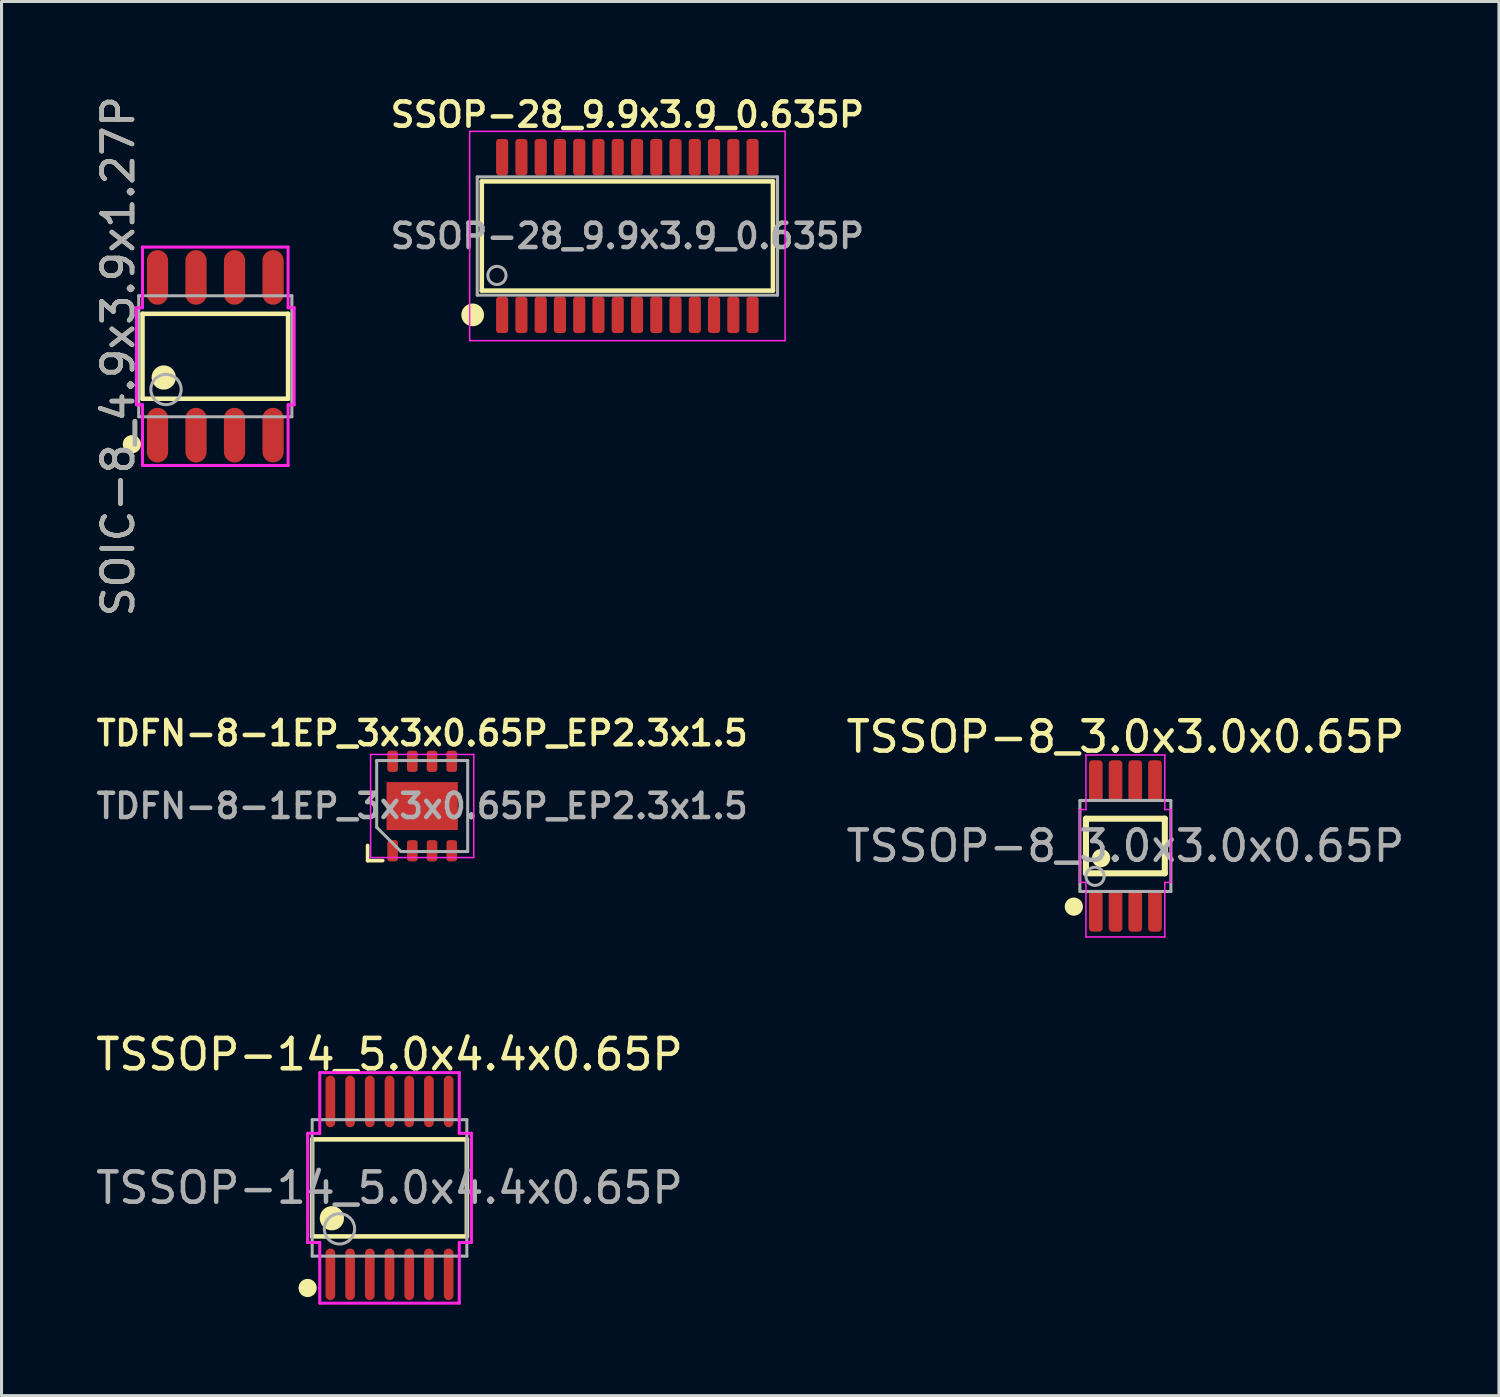
<source format=kicad_pcb>
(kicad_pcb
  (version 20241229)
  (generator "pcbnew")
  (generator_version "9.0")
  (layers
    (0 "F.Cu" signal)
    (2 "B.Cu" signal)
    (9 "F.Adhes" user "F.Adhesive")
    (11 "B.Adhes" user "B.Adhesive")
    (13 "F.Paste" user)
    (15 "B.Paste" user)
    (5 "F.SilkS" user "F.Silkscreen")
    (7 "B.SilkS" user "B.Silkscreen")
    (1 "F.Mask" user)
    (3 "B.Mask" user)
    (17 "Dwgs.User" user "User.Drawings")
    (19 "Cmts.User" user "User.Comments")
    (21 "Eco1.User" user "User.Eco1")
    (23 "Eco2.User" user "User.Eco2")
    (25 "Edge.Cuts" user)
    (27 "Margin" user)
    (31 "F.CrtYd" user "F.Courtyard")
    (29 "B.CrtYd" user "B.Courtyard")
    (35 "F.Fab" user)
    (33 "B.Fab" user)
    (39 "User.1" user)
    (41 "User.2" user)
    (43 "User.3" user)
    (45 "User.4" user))
  (footprint "TSSOP-8_3.0x3.0x0.65P"
    (layer "F.Cu")
    (at 34.053 24.841)
    (property "Reference" "TSSOP-8_3.0x3.0x0.65P" (at 0 -3.6 0) (layer "F.SilkS") (effects (font (size 1 1) (thickness 0.15))))
    (attr smd)
    (fp_line (start -1.3 -0.9) (end 1.3 -0.9) (stroke (width 0.2) (type solid)) (layer "F.SilkS"))
    (fp_line (start -1.3 0.9) (end -1.3 -0.9) (stroke (width 0.2) (type solid)) (layer "F.SilkS"))
    (fp_line (start -1.3 0.9) (end 1.3 0.9) (stroke (width 0.2) (type solid)) (layer "F.SilkS"))
    (fp_line (start 1.3 0.9) (end 1.3 -0.9) (stroke (width 0.2) (type solid)) (layer "F.SilkS"))
    (fp_circle (center -1.7 2) (end -1.55 2) (stroke (width 0.3) (type solid)) (fill no) (layer "F.SilkS"))
    (fp_circle (center -0.8 0.4) (end -0.65 0.4) (stroke (width 0.3) (type solid)) (fill no) (layer "F.SilkS"))
    (fp_line (start -1.5 -1.2) (end -1.5 1.2) (stroke (width 0.05) (type solid)) (layer "F.CrtYd"))
    (fp_line (start -1.5 1.2) (end -1.3 1.2) (stroke (width 0.05) (type solid)) (layer "F.CrtYd"))
    (fp_line (start -1.3 -3) (end -1.3 -1.2) (stroke (width 0.05) (type solid)) (layer "F.CrtYd"))
    (fp_line (start -1.3 -1.2) (end -1.5 -1.2) (stroke (width 0.05) (type solid)) (layer "F.CrtYd"))
    (fp_line (start -1.3 1.2) (end -1.3 3) (stroke (width 0.05) (type solid)) (layer "F.CrtYd"))
    (fp_line (start -1.3 3) (end 1.3 3) (stroke (width 0.05) (type solid)) (layer "F.CrtYd"))
    (fp_line (start 1.3 -3) (end -1.3 -3) (stroke (width 0.05) (type solid)) (layer "F.CrtYd"))
    (fp_line (start 1.3 -1.2) (end 1.3 -3) (stroke (width 0.05) (type solid)) (layer "F.CrtYd"))
    (fp_line (start 1.3 1.2) (end 1.5 1.2) (stroke (width 0.05) (type solid)) (layer "F.CrtYd"))
    (fp_line (start 1.3 3) (end 1.3 1.2) (stroke (width 0.05) (type solid)) (layer "F.CrtYd"))
    (fp_line (start 1.5 -1.2) (end 1.3 -1.2) (stroke (width 0.05) (type solid)) (layer "F.CrtYd"))
    (fp_line (start 1.5 1.2) (end 1.5 -1.2) (stroke (width 0.05) (type solid)) (layer "F.CrtYd"))
    (fp_line (start -1.5 -1.5) (end 1.5 -1.5) (stroke (width 0.1) (type solid)) (layer "F.Fab"))
    (fp_line (start -1.5 1.5) (end -1.5 -1.5) (stroke (width 0.1) (type solid)) (layer "F.Fab"))
    (fp_line (start -1.5 1.5) (end 1.5 1.5) (stroke (width 0.1) (type solid)) (layer "F.Fab"))
    (fp_line (start 1.5 1.5) (end 1.5 -1.5) (stroke (width 0.1) (type solid)) (layer "F.Fab"))
    (fp_circle (center -1 1) (end -0.7 1) (stroke (width 0.1) (type solid)) (fill no) (layer "F.Fab"))
    (fp_text user "${REFERENCE}" (at 0 0 0) (layer "F.Fab") (effects (font (size 1 1) (thickness 0.15))))
    (pad "1" smd roundrect (at -0.975 2.15) (size 0.45 1.35) (layers "F.Cu" "F.Mask" "F.Paste") (roundrect_rratio 0.25))
    (pad "2" smd roundrect (at -0.325 2.15) (size 0.45 1.35) (layers "F.Cu" "F.Mask" "F.Paste") (roundrect_rratio 0.25))
    (pad "3" smd roundrect (at 0.325 2.15) (size 0.45 1.35) (layers "F.Cu" "F.Mask" "F.Paste") (roundrect_rratio 0.25))
    (pad "4" smd roundrect (at 0.975 2.15) (size 0.45 1.35) (layers "F.Cu" "F.Mask" "F.Paste") (roundrect_rratio 0.25))
    (pad "5" smd roundrect (at 0.975 -2.15) (size 0.45 1.35) (layers "F.Cu" "F.Mask" "F.Paste") (roundrect_rratio 0.25))
    (pad "6" smd roundrect (at 0.325 -2.15) (size 0.45 1.35) (layers "F.Cu" "F.Mask" "F.Paste") (roundrect_rratio 0.25))
    (pad "7" smd roundrect (at -0.325 -2.15) (size 0.45 1.35) (layers "F.Cu" "F.Mask" "F.Paste") (roundrect_rratio 0.25))
    (pad "8" smd roundrect (at -0.975 -2.15) (size 0.45 1.35) (layers "F.Cu" "F.Mask" "F.Paste") (roundrect_rratio 0.25)))
  (footprint "SOIC-8_4.9x3.9x1.27P"
    (layer "F.Cu")
    (at 4.048 8.696)
    (property "Reference" "SOIC-8_4.9x3.9x1.27P" (at -3.2 0 90) (layer "F.SilkS") (effects (font (size 1 1) (thickness 0.15))))
    (attr smd)
    (fp_line (start -2.4 -1.4) (end 2.4 -1.4) (stroke (width 0.15) (type solid)) (layer "F.SilkS"))
    (fp_line (start -2.4 1.4) (end -2.4 -1.4) (stroke (width 0.15) (type solid)) (layer "F.SilkS"))
    (fp_line (start -2.4 1.4) (end 2.4 1.4) (stroke (width 0.15) (type solid)) (layer "F.SilkS"))
    (fp_line (start 2.4 1.4) (end 2.4 -1.4) (stroke (width 0.15) (type solid)) (layer "F.SilkS"))
    (fp_circle (center -2.75 2.9) (end -2.6 2.9) (stroke (width 0.3) (type solid)) (fill no) (layer "F.SilkS"))
    (fp_circle (center -1.7 0.7) (end -1.5 0.7) (stroke (width 0.4) (type solid)) (fill no) (layer "F.SilkS"))
    (fp_line (start -2.6 -1.6) (end -2.6 1.6) (stroke (width 0.1) (type solid)) (layer "F.CrtYd"))
    (fp_line (start -2.6 1.6) (end -2.4 1.6) (stroke (width 0.1) (type solid)) (layer "F.CrtYd"))
    (fp_line (start -2.4 -3.6) (end -2.4 -1.6) (stroke (width 0.1) (type solid)) (layer "F.CrtYd"))
    (fp_line (start -2.4 -1.6) (end -2.6 -1.6) (stroke (width 0.1) (type solid)) (layer "F.CrtYd"))
    (fp_line (start -2.4 1.6) (end -2.4 3.6) (stroke (width 0.1) (type solid)) (layer "F.CrtYd"))
    (fp_line (start -2.4 3.6) (end 2.4 3.6) (stroke (width 0.1) (type solid)) (layer "F.CrtYd"))
    (fp_line (start 2.4 -3.6) (end -2.4 -3.6) (stroke (width 0.1) (type solid)) (layer "F.CrtYd"))
    (fp_line (start 2.4 -1.6) (end 2.4 -3.6) (stroke (width 0.1) (type solid)) (layer "F.CrtYd"))
    (fp_line (start 2.4 1.6) (end 2.6 1.6) (stroke (width 0.1) (type solid)) (layer "F.CrtYd"))
    (fp_line (start 2.4 3.6) (end 2.4 1.6) (stroke (width 0.1) (type solid)) (layer "F.CrtYd"))
    (fp_line (start 2.6 -1.6) (end 2.4 -1.6) (stroke (width 0.1) (type solid)) (layer "F.CrtYd"))
    (fp_line (start 2.6 1.6) (end 2.6 -1.6) (stroke (width 0.1) (type solid)) (layer "F.CrtYd"))
    (fp_line (start -2.525 -1.995) (end 2.525 -1.995) (stroke (width 0.1) (type solid)) (layer "F.Fab"))
    (fp_line (start -2.525 1.995) (end -2.525 -1.995) (stroke (width 0.1) (type solid)) (layer "F.Fab"))
    (fp_line (start -2.525 1.995) (end 2.525 1.995) (stroke (width 0.1) (type solid)) (layer "F.Fab"))
    (fp_line (start 2.525 1.995) (end 2.525 -1.995) (stroke (width 0.1) (type solid)) (layer "F.Fab"))
    (fp_circle (center -1.625 1.095) (end -1.125 1.095) (stroke (width 0.1) (type solid)) (fill no) (layer "F.Fab"))
    (fp_text user "${REFERENCE}" (at -3.2 0 90) (layer "F.Fab") (effects (font (size 1 1) (thickness 0.15))))
    (pad "1" smd oval (at -1.905 2.6 180) (size 0.7 1.8) (layers "F.Cu" "F.Mask" "F.Paste"))
    (pad "2" smd oval (at -0.635 2.6 180) (size 0.7 1.8) (layers "F.Cu" "F.Mask" "F.Paste"))
    (pad "3" smd oval (at 0.635 2.6 180) (size 0.7 1.8) (layers "F.Cu" "F.Mask" "F.Paste"))
    (pad "4" smd oval (at 1.905 2.6 180) (size 0.7 1.8) (layers "F.Cu" "F.Mask" "F.Paste"))
    (pad "5" smd oval (at 1.905 -2.6 180) (size 0.7 1.8) (layers "F.Cu" "F.Mask" "F.Paste"))
    (pad "6" smd oval (at 0.635 -2.6 180) (size 0.7 1.8) (layers "F.Cu" "F.Mask" "F.Paste"))
    (pad "7" smd oval (at -0.635 -2.6 180) (size 0.7 1.8) (layers "F.Cu" "F.Mask" "F.Paste"))
    (pad "8" smd oval (at -1.905 -2.6 180) (size 0.7 1.8) (layers "F.Cu" "F.Mask" "F.Paste")))
  (footprint "TSSOP-14_5.0x4.4x0.65P"
    (layer "F.Cu")
    (at 9.792 36.114)
    (property "Reference" "TSSOP-14_5.0x4.4x0.65P" (at 0 -4.4 0) (layer "F.SilkS") (effects (font (size 1 1) (thickness 0.15))))
    (attr smd)
    (fp_line (start -2.55 -1.6) (end 2.55 -1.6) (stroke (width 0.15) (type solid)) (layer "F.SilkS"))
    (fp_line (start -2.55 1.6) (end -2.55 -1.6) (stroke (width 0.15) (type solid)) (layer "F.SilkS"))
    (fp_line (start -2.55 1.6) (end 2.55 1.6) (stroke (width 0.15) (type solid)) (layer "F.SilkS"))
    (fp_line (start 2.55 1.6) (end 2.55 -1.6) (stroke (width 0.15) (type solid)) (layer "F.SilkS"))
    (fp_circle (center -2.7 3.3) (end -2.55 3.3) (stroke (width 0.3) (type solid)) (fill no) (layer "F.SilkS"))
    (fp_circle (center -1.9 1) (end -1.7 1) (stroke (width 0.4) (type solid)) (fill no) (layer "F.SilkS"))
    (fp_line (start -2.7 1.8) (end -2.7 -1.8) (stroke (width 0.1) (type solid)) (layer "F.CrtYd"))
    (fp_line (start -2.3 -3.8) (end -2.3 -1.8) (stroke (width 0.1) (type solid)) (layer "F.CrtYd"))
    (fp_line (start -2.3 -3.8) (end 2.3 -3.8) (stroke (width 0.1) (type solid)) (layer "F.CrtYd"))
    (fp_line (start -2.3 -1.8) (end -2.7 -1.8) (stroke (width 0.1) (type solid)) (layer "F.CrtYd"))
    (fp_line (start -2.3 1.8) (end -2.7 1.8) (stroke (width 0.1) (type solid)) (layer "F.CrtYd"))
    (fp_line (start -2.3 3.8) (end -2.3 1.8) (stroke (width 0.1) (type solid)) (layer "F.CrtYd"))
    (fp_line (start 2.3 -3.8) (end 2.3 -1.8) (stroke (width 0.1) (type solid)) (layer "F.CrtYd"))
    (fp_line (start 2.3 -1.8) (end 2.7 -1.8) (stroke (width 0.1) (type solid)) (layer "F.CrtYd"))
    (fp_line (start 2.3 1.8) (end 2.3 3.8) (stroke (width 0.1) (type solid)) (layer "F.CrtYd"))
    (fp_line (start 2.3 3.8) (end -2.3 3.8) (stroke (width 0.1) (type solid)) (layer "F.CrtYd"))
    (fp_line (start 2.7 -1.8) (end 2.7 1.8) (stroke (width 0.1) (type solid)) (layer "F.CrtYd"))
    (fp_line (start 2.7 1.8) (end 2.3 1.8) (stroke (width 0.1) (type solid)) (layer "F.CrtYd"))
    (fp_line (start -2.55 -2.25) (end 2.55 -2.25) (stroke (width 0.1) (type solid)) (layer "F.Fab"))
    (fp_line (start -2.55 2.25) (end -2.55 -2.25) (stroke (width 0.1) (type solid)) (layer "F.Fab"))
    (fp_line (start -2.55 2.25) (end 2.55 2.25) (stroke (width 0.1) (type solid)) (layer "F.Fab"))
    (fp_line (start 2.55 -2.25) (end 2.55 2.25) (stroke (width 0.1) (type solid)) (layer "F.Fab"))
    (fp_circle (center -1.65 1.35) (end -1.15 1.35) (stroke (width 0.1) (type solid)) (fill no) (layer "F.Fab"))
    (fp_text user "${REFERENCE}" (at 0 0 0) (layer "F.Fab") (effects (font (size 1 1) (thickness 0.15))))
    (pad "1" smd oval (at -1.95 2.85 180) (size 0.32 1.7) (layers "F.Cu" "F.Mask" "F.Paste"))
    (pad "2" smd oval (at -1.3 2.85 180) (size 0.32 1.7) (layers "F.Cu" "F.Mask" "F.Paste"))
    (pad "3" smd oval (at -0.65 2.85 180) (size 0.32 1.7) (layers "F.Cu" "F.Mask" "F.Paste"))
    (pad "4" smd oval (at 0 2.85 180) (size 0.32 1.7) (layers "F.Cu" "F.Mask" "F.Paste"))
    (pad "5" smd oval (at 0.65 2.85 180) (size 0.32 1.7) (layers "F.Cu" "F.Mask" "F.Paste"))
    (pad "6" smd oval (at 1.3 2.85 180) (size 0.32 1.7) (layers "F.Cu" "F.Mask" "F.Paste"))
    (pad "7" smd oval (at 1.95 2.85 180) (size 0.32 1.7) (layers "F.Cu" "F.Mask" "F.Paste"))
    (pad "8" smd oval (at 1.95 -2.85 180) (size 0.32 1.7) (layers "F.Cu" "F.Mask" "F.Paste"))
    (pad "9" smd oval (at 1.3 -2.85 180) (size 0.32 1.7) (layers "F.Cu" "F.Mask" "F.Paste"))
    (pad "10" smd oval (at 0.65 -2.85 180) (size 0.32 1.7) (layers "F.Cu" "F.Mask" "F.Paste"))
    (pad "11" smd oval (at 0 -2.85 180) (size 0.32 1.7) (layers "F.Cu" "F.Mask" "F.Paste"))
    (pad "12" smd oval (at -0.65 -2.85 180) (size 0.32 1.7) (layers "F.Cu" "F.Mask" "F.Paste"))
    (pad "13" smd oval (at -1.3 -2.85 180) (size 0.32 1.7) (layers "F.Cu" "F.Mask" "F.Paste"))
    (pad "14" smd oval (at -1.95 -2.85 180) (size 0.32 1.7) (layers "F.Cu" "F.Mask" "F.Paste")))
  (footprint "SSOP-28_9.9x3.9_0.635P"
    (layer "F.Cu")
    (at 17.634 4.731)
    (property "Reference" "SSOP-28_9.9x3.9_0.635P" (at 0 -4 180) (layer "F.SilkS") (effects (font (size 0.8 0.8) (thickness 0.15))))
    (attr smd)
    (fp_line (start -4.8 -1.8) (end -4.8 1.8) (stroke (width 0.15) (type solid)) (layer "F.SilkS"))
    (fp_line (start -4.8 -1.8) (end 4.8 -1.8) (stroke (width 0.15) (type solid)) (layer "F.SilkS"))
    (fp_line (start -4.8 1.8) (end 4.8 1.8) (stroke (width 0.15) (type solid)) (layer "F.SilkS"))
    (fp_line (start 4.8 -1.8) (end 4.8 1.8) (stroke (width 0.15) (type solid)) (layer "F.SilkS"))
    (fp_circle (center -5.1 2.6) (end -4.8 2.6) (stroke (width 0.15) (type solid)) (fill yes) (layer "F.SilkS"))
    (fp_line (start -5.2 -3.45) (end 5.2 -3.45) (stroke (width 0.05) (type solid)) (layer "F.CrtYd"))
    (fp_line (start -5.2 3.45) (end -5.2 -3.45) (stroke (width 0.05) (type solid)) (layer "F.CrtYd"))
    (fp_line (start -5.2 3.45) (end 5.2 3.45) (stroke (width 0.05) (type solid)) (layer "F.CrtYd"))
    (fp_line (start 5.2 3.45) (end 5.2 -3.45) (stroke (width 0.05) (type solid)) (layer "F.CrtYd"))
    (fp_line (start -4.95 -1.95) (end 4.95 -1.95) (stroke (width 0.1) (type solid)) (layer "F.Fab"))
    (fp_line (start -4.95 1.95) (end -4.95 -1.95) (stroke (width 0.1) (type solid)) (layer "F.Fab"))
    (fp_line (start 4.95 -1.95) (end 4.95 1.95) (stroke (width 0.1) (type solid)) (layer "F.Fab"))
    (fp_line (start 4.95 1.95) (end -4.95 1.95) (stroke (width 0.1) (type solid)) (layer "F.Fab"))
    (fp_circle (center -4.3 1.3) (end -4.3 1) (stroke (width 0.1) (type solid)) (fill no) (layer "F.Fab"))
    (fp_text user "${REFERENCE}" (at 0 0 180) (layer "F.Fab") (effects (font (size 0.8 0.8) (thickness 0.15))))
    (pad "1" smd roundrect (at -4.128 2.6 90) (size 1.2 0.4) (layers "F.Cu" "F.Mask" "F.Paste") (roundrect_rratio 0.25))
    (pad "2" smd roundrect (at -3.493 2.6 90) (size 1.2 0.4) (layers "F.Cu" "F.Mask" "F.Paste") (roundrect_rratio 0.25))
    (pad "3" smd roundrect (at -2.857 2.6 90) (size 1.2 0.4) (layers "F.Cu" "F.Mask" "F.Paste") (roundrect_rratio 0.25))
    (pad "4" smd roundrect (at -2.223 2.6 90) (size 1.2 0.4) (layers "F.Cu" "F.Mask" "F.Paste") (roundrect_rratio 0.25))
    (pad "5" smd roundrect (at -1.587 2.6 90) (size 1.2 0.4) (layers "F.Cu" "F.Mask" "F.Paste") (roundrect_rratio 0.25))
    (pad "6" smd roundrect (at -0.953 2.6 90) (size 1.2 0.4) (layers "F.Cu" "F.Mask" "F.Paste") (roundrect_rratio 0.25))
    (pad "7" smd roundrect (at -0.318 2.6 90) (size 1.2 0.4) (layers "F.Cu" "F.Mask" "F.Paste") (roundrect_rratio 0.25))
    (pad "8" smd roundrect (at 0.318 2.6 90) (size 1.2 0.4) (layers "F.Cu" "F.Mask" "F.Paste") (roundrect_rratio 0.25))
    (pad "9" smd roundrect (at 0.953 2.6 90) (size 1.2 0.4) (layers "F.Cu" "F.Mask" "F.Paste") (roundrect_rratio 0.25))
    (pad "10" smd roundrect (at 1.587 2.6 90) (size 1.2 0.4) (layers "F.Cu" "F.Mask" "F.Paste") (roundrect_rratio 0.25))
    (pad "11" smd roundrect (at 2.223 2.6 90) (size 1.2 0.4) (layers "F.Cu" "F.Mask" "F.Paste") (roundrect_rratio 0.25))
    (pad "12" smd roundrect (at 2.857 2.6 90) (size 1.2 0.4) (layers "F.Cu" "F.Mask" "F.Paste") (roundrect_rratio 0.25))
    (pad "13" smd roundrect (at 3.493 2.6 90) (size 1.2 0.4) (layers "F.Cu" "F.Mask" "F.Paste") (roundrect_rratio 0.25))
    (pad "14" smd roundrect (at 4.128 2.6 90) (size 1.2 0.4) (layers "F.Cu" "F.Mask" "F.Paste") (roundrect_rratio 0.25))
    (pad "15" smd roundrect (at 4.128 -2.6 90) (size 1.2 0.4) (layers "F.Cu" "F.Mask" "F.Paste") (roundrect_rratio 0.25))
    (pad "16" smd roundrect (at 3.493 -2.6 90) (size 1.2 0.4) (layers "F.Cu" "F.Mask" "F.Paste") (roundrect_rratio 0.25))
    (pad "17" smd roundrect (at 2.857 -2.6 90) (size 1.2 0.4) (layers "F.Cu" "F.Mask" "F.Paste") (roundrect_rratio 0.25))
    (pad "18" smd roundrect (at 2.223 -2.6 90) (size 1.2 0.4) (layers "F.Cu" "F.Mask" "F.Paste") (roundrect_rratio 0.25))
    (pad "19" smd roundrect (at 1.587 -2.6 90) (size 1.2 0.4) (layers "F.Cu" "F.Mask" "F.Paste") (roundrect_rratio 0.25))
    (pad "20" smd roundrect (at 0.953 -2.6 90) (size 1.2 0.4) (layers "F.Cu" "F.Mask" "F.Paste") (roundrect_rratio 0.25))
    (pad "21" smd roundrect (at 0.318 -2.6 90) (size 1.2 0.4) (layers "F.Cu" "F.Mask" "F.Paste") (roundrect_rratio 0.25))
    (pad "22" smd roundrect (at -0.318 -2.6 90) (size 1.2 0.4) (layers "F.Cu" "F.Mask" "F.Paste") (roundrect_rratio 0.25))
    (pad "23" smd roundrect (at -0.953 -2.6 90) (size 1.2 0.4) (layers "F.Cu" "F.Mask" "F.Paste") (roundrect_rratio 0.25))
    (pad "24" smd roundrect (at -1.587 -2.6 90) (size 1.2 0.4) (layers "F.Cu" "F.Mask" "F.Paste") (roundrect_rratio 0.25))
    (pad "25" smd roundrect (at -2.223 -2.6 90) (size 1.2 0.4) (layers "F.Cu" "F.Mask" "F.Paste") (roundrect_rratio 0.25))
    (pad "26" smd roundrect (at -2.857 -2.6 90) (size 1.2 0.4) (layers "F.Cu" "F.Mask" "F.Paste") (roundrect_rratio 0.25))
    (pad "27" smd roundrect (at -3.493 -2.6 90) (size 1.2 0.4) (layers "F.Cu" "F.Mask" "F.Paste") (roundrect_rratio 0.25))
    (pad "28" smd roundrect (at -4.128 -2.6 90) (size 1.2 0.4) (layers "F.Cu" "F.Mask" "F.Paste") (roundrect_rratio 0.25)))
  (footprint "TDFN-8-1EP_3x3x0.65P_EP2.3x1.5"
    (layer "F.Cu")
    (at 10.869 23.524)
    (property "Reference" "TDFN-8-1EP_3x3x0.65P_EP2.3x1.5" (at 0 -2.4 0) (layer "F.SilkS") (effects (font (size 0.8 0.8) (thickness 0.15))))
    (attr smd)
    (fp_line (start -1.8 1.8) (end -1.8 1.3) (stroke (width 0.12) (type solid)) (layer "F.SilkS"))
    (fp_line (start -1.3 1.8) (end -1.8 1.8) (stroke (width 0.12) (type solid)) (layer "F.SilkS"))
    (fp_line (start -1.7 -1.7) (end 1.7 -1.7) (stroke (width 0.05) (type solid)) (layer "F.CrtYd"))
    (fp_line (start -1.7 1.7) (end -1.7 -1.7) (stroke (width 0.05) (type solid)) (layer "F.CrtYd"))
    (fp_line (start 1.7 -1.7) (end 1.7 1.7) (stroke (width 0.05) (type solid)) (layer "F.CrtYd"))
    (fp_line (start 1.7 1.7) (end -1.7 1.7) (stroke (width 0.05) (type solid)) (layer "F.CrtYd"))
    (fp_line (start -1.5 -1.5) (end 1.5 -1.5) (stroke (width 0.1) (type solid)) (layer "F.Fab"))
    (fp_line (start -1.5 0.7) (end -1.5 -1.5) (stroke (width 0.1) (type solid)) (layer "F.Fab"))
    (fp_line (start -0.7 1.5) (end -1.5 0.7) (stroke (width 0.1) (type solid)) (layer "F.Fab"))
    (fp_line (start 1.5 -1.5) (end 1.5 1.5) (stroke (width 0.1) (type solid)) (layer "F.Fab"))
    (fp_line (start 1.5 1.5) (end -0.7 1.5) (stroke (width 0.1) (type solid)) (layer "F.Fab"))
    (fp_text user "${REFERENCE}" (at 0 0 180) (layer "F.Fab") (effects (font (size 0.8 0.8) (thickness 0.15))))
    (pad "" smd roundrect (at -0.55 -0.4 90) (size 0.45 0.8) (layers "F.Paste") (roundrect_rratio 0.25))
    (pad "" smd roundrect (at -0.55 0.4 90) (size 0.45 0.8) (layers "F.Paste") (roundrect_rratio 0.25))
    (pad "" smd roundrect (at 0.55 -0.4 90) (size 0.45 0.8) (layers "F.Paste") (roundrect_rratio 0.25))
    (pad "" smd roundrect (at 0.55 0.4 90) (size 0.45 0.8) (layers "F.Paste") (roundrect_rratio 0.25))
    (pad "1" smd roundrect (at -0.975 1.475 90) (size 0.7 0.35) (layers "F.Cu" "F.Mask" "F.Paste") (roundrect_rratio 0.25))
    (pad "2" smd roundrect (at -0.325 1.475 90) (size 0.7 0.35) (layers "F.Cu" "F.Mask" "F.Paste") (roundrect_rratio 0.25))
    (pad "3" smd roundrect (at 0.325 1.475 90) (size 0.7 0.35) (layers "F.Cu" "F.Mask" "F.Paste") (roundrect_rratio 0.25))
    (pad "4" smd roundrect (at 0.975 1.475 90) (size 0.7 0.35) (layers "F.Cu" "F.Mask" "F.Paste") (roundrect_rratio 0.25))
    (pad "5" smd roundrect (at 0.975 -1.475 90) (size 0.7 0.35) (layers "F.Cu" "F.Mask" "F.Paste") (roundrect_rratio 0.25))
    (pad "6" smd roundrect (at 0.325 -1.475 90) (size 0.7 0.35) (layers "F.Cu" "F.Mask" "F.Paste") (roundrect_rratio 0.25))
    (pad "7" smd roundrect (at -0.325 -1.475 90) (size 0.7 0.35) (layers "F.Cu" "F.Mask" "F.Paste") (roundrect_rratio 0.25))
    (pad "8" smd roundrect (at -0.975 -1.475 90) (size 0.7 0.35) (layers "F.Cu" "F.Mask" "F.Paste") (roundrect_rratio 0.25))
    (pad "9" smd rect (at 0 0 90) (size 1.58 2.35) (layers "F.Cu" "F.Mask")))
  (gr_rect
    (start -3 -3)
    (end 46.369 42.964)
    (stroke (width 0.1) (type default))
    (fill no)
    (layer "Edge.Cuts")))
</source>
